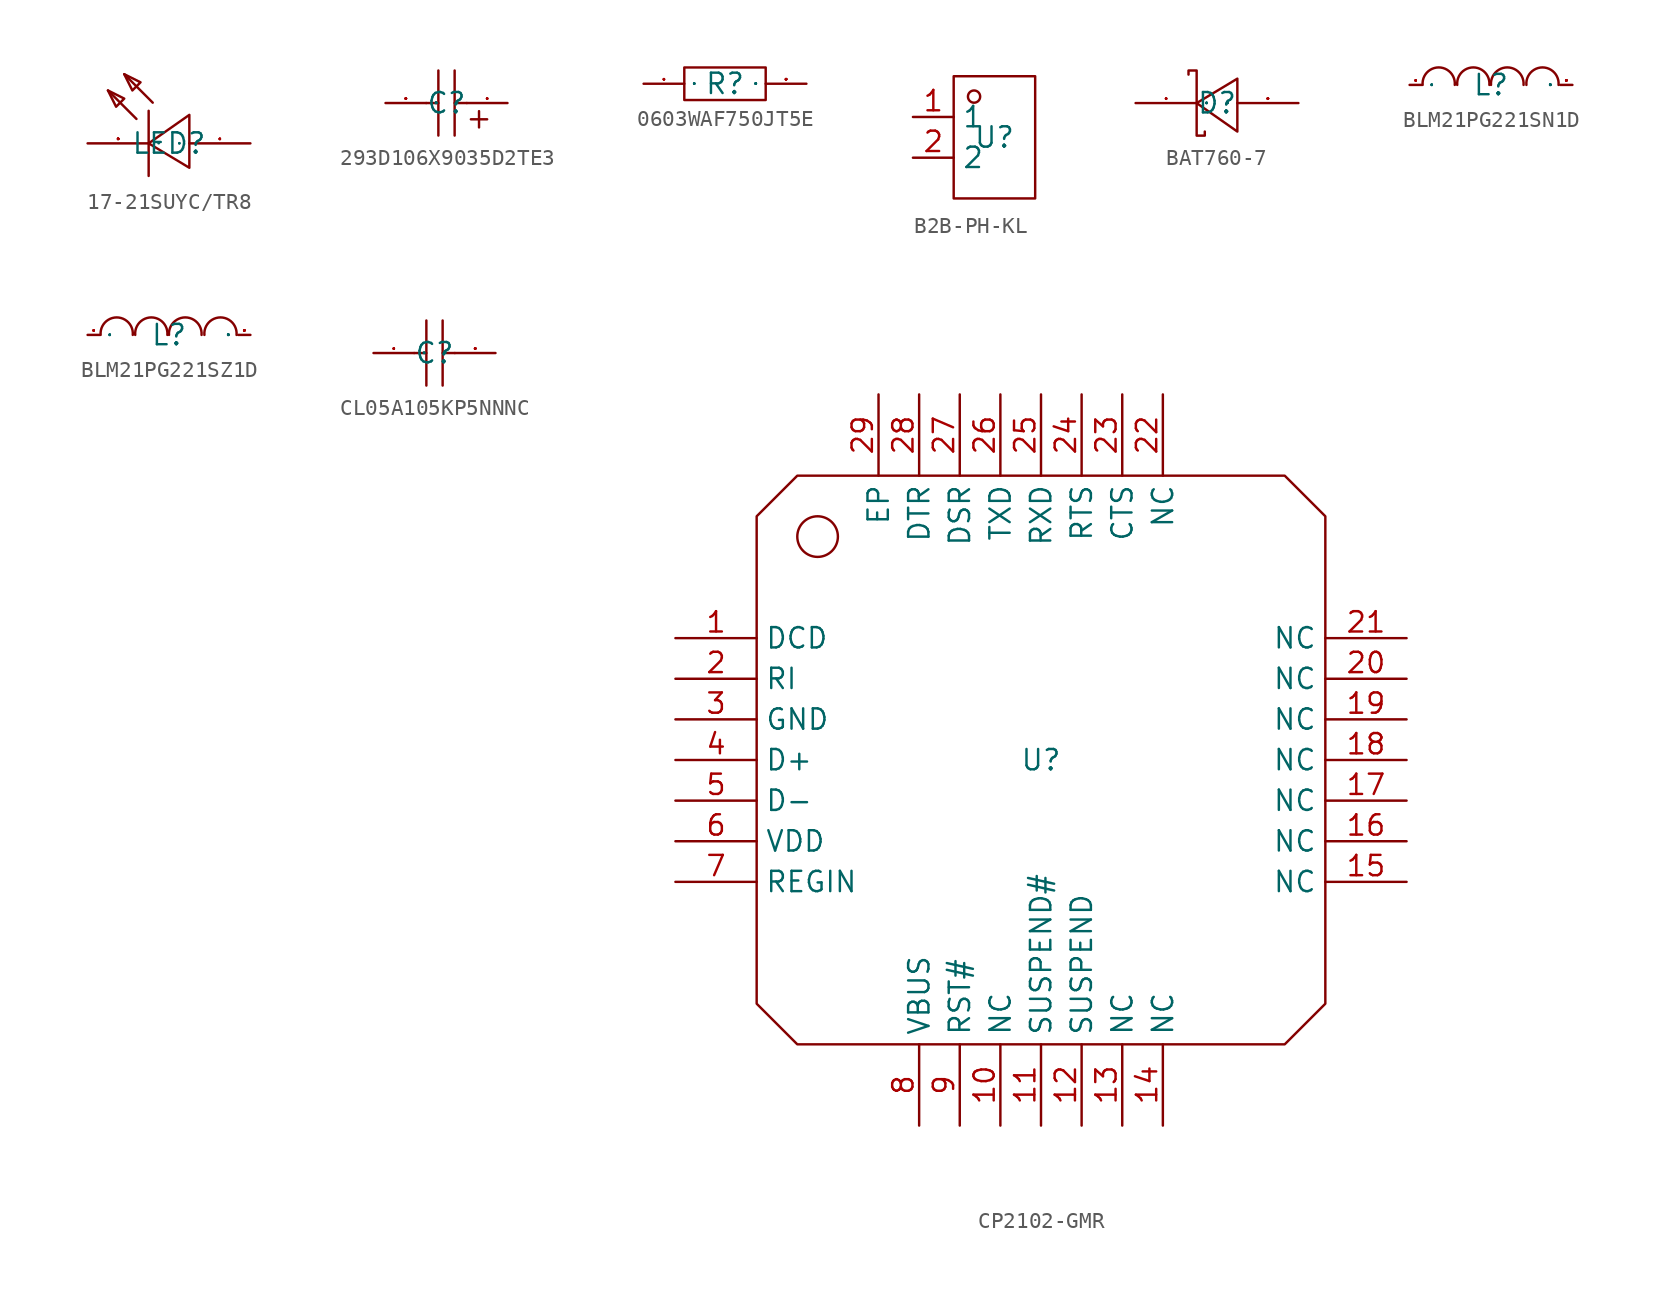
<source format=kicad_sym>
(kicad_symbol_lib
  (version 20231120)
  (generator "kicad_symbol_editor")
  (generator_version "8.0")
  (symbol "17-21SUYC/TR8"
    (property "Reference" "LED"
      (at 0 0 0)
      (effects (font (size 1.27 1.27))))
    (property "Value" ""
      (at 0 0 0)
      (effects (font (size 1.27 1.27))))
    (symbol "17-21SUYC/TR8_1_0"
      (polyline (pts (xy -2.032 1.524) (xy -3.81 3.302)) (stroke (width 0) (type default)) (fill (type none)))
      (polyline (pts (xy -1.27 2.032) (xy -1.27 -2.032)) (stroke (width 0) (type default)) (fill (type none)))
      (polyline (pts (xy -1.016 2.54) (xy -2.794 4.318)) (stroke (width 0) (type default)) (fill (type none)))
      (polyline (pts (xy -3.81 3.302) (xy -2.794 2.794) (xy -2.794 2.794) (xy -3.302 2.286) (xy -3.302 2.286) (xy -3.81 3.302)) (stroke (width 0) (type default)) (fill (type none)))
      (polyline (pts (xy -2.794 4.318) (xy -1.778 3.81) (xy -1.778 3.81) (xy -2.286 3.302) (xy -2.286 3.302) (xy -2.794 4.318)) (stroke (width 0) (type default)) (fill (type none)))
      (polyline (pts (xy 1.27 -1.524) (xy -1.27 0) (xy -1.27 0) (xy 1.27 1.778) (xy 1.27 1.778) (xy 1.27 -1.524)) (stroke (width 0) (type default)) (fill (type none)))
      (pin unspecified line (at 5.08 0 180) (length 3.81) (name "+" (effects (font (size 0.025 0.025)))) (number "1" (effects (font (size 0.025 0.025)))))
      (pin unspecified line (at -5.08 0 0) (length 3.81) (name "-" (effects (font (size 0.025 0.025)))) (number "2" (effects (font (size 0.025 0.025)))))))
  (symbol "293D106X9035D2TE3"
    (property "Reference" "C"
      (at 0 0 0)
      (effects (font (size 1.27 1.27))))
    (symbol "293D106X9035D2TE3_1_0"
      (polyline (pts (xy -0.508 -2.032) (xy -0.508 2.032)) (stroke (width 0) (type default)) (fill (type none)))
      (polyline (pts (xy -0.508 0) (xy -1.27 0)) (stroke (width 0) (type default)) (fill (type none)))
      (polyline (pts (xy 0.508 -2.032) (xy 0.508 2.032)) (stroke (width 0) (type default)) (fill (type none)))
      (polyline (pts (xy 1.27 0) (xy 0.508 0)) (stroke (width 0) (type default)) (fill (type none)))
      (polyline (pts (xy 2.032 -1.524) (xy 2.032 -0.508)) (stroke (width 0) (type default)) (fill (type none)))
      (polyline (pts (xy 2.54 -1.016) (xy 1.524 -1.016)) (stroke (width 0) (type default)) (fill (type none)))
      (pin input line (at 3.81 0 180) (length 2.54) (name "1" (effects (font (size 0.025 0.025)))) (number "1" (effects (font (size 0.025 0.025)))))
      (pin input line (at -3.81 0 0) (length 2.54) (name "2" (effects (font (size 0.025 0.025)))) (number "2" (effects (font (size 0.025 0.025)))))))
  (symbol "0603WAF750JT5E"
    (property "Reference" "R"
      (at 0 0 0)
      (effects (font (size 1.27 1.27))))
    (symbol "0603WAF750JT5E_1_0"
      (rectangle (start -2.54 -1.016) (end 2.54 1.016) (stroke (width 0) (type default)) (fill (type none)))
      (pin input line (at -5.08 0 0) (length 2.54) (name "1" (effects (font (size 0.025 0.025)))) (number "1" (effects (font (size 0.025 0.025)))))
      (pin input line (at 5.08 0 180) (length 2.54) (name "2" (effects (font (size 0.025 0.025)))) (number "2" (effects (font (size 0.025 0.025)))))))
  (symbol "B2B-PH-KL"
    (property "Reference" "U"
      (at 0 0 0)
      (effects (font (size 1.27 1.27))))
    (property "Value" ""
      (at 0 0 0)
      (effects (font (size 1.27 1.27))))
    (symbol "B2B-PH-KL_1_0"
      (rectangle (start -2.54 -3.81) (end 2.54 3.81) (stroke (width 0) (type default)) (fill (type none)))
      (circle (center -1.27 2.54) (radius 0.381) (stroke (width 0) (type default)) (fill (type none)))
      (pin unspecified line (at -5.08 1.27 0) (length 2.54) (name "1" (effects (font (size 1.27 1.27)))) (number "1" (effects (font (size 1.27 1.27)))))
      (pin unspecified line (at -5.08 -1.27 0) (length 2.54) (name "2" (effects (font (size 1.27 1.27)))) (number "2" (effects (font (size 1.27 1.27)))))))
  (symbol "BAT760-7"
    (property "Reference" "D"
      (at 0 0 0)
      (effects (font (size 1.27 1.27))))
    (property "Value" ""
      (at 0 0 0)
      (effects (font (size 1.27 1.27))))
    (symbol "BAT760-7_1_0"
      (polyline (pts (xy 1.27 1.524) (xy -1.27 0) (xy -1.27 0) (xy 1.27 -1.778) (xy 1.27 -1.778) (xy 1.27 1.524)) (stroke (width 0) (type default)) (fill (type none)))
      (polyline (pts (xy -1.778 1.778) (xy -1.778 2.032) (xy -1.778 2.032) (xy -1.27 2.032) (xy -1.27 2.032) (xy -1.27 -2.032) (xy -1.27 -2.032) (xy -0.762 -2.032) (xy -0.762 -2.032) (xy -0.762 -1.778)) (stroke (width 0) (type default)) (fill (type none)))
      (pin input line (at -5.08 0 0) (length 3.81) (name "1" (effects (font (size 0.025 0.025)))) (number "1" (effects (font (size 0.025 0.025)))))
      (pin input line (at 5.08 0 180) (length 3.81) (name "2" (effects (font (size 0.025 0.025)))) (number "2" (effects (font (size 0.025 0.025)))))))
  (symbol "BLM21PG221SN1D"
    (property "Reference" "L"
      (at 0 0 0)
      (effects (font (size 1.27 1.27))))
    (property "Value" ""
      (at 0 0 0)
      (effects (font (size 1.27 1.27))))
    (symbol "BLM21PG221SN1D_1_0"
      (arc (start -2.2606 0) (mid -3.2639 1.0922) (end -4.2672 0) (stroke (width 0) (type default)) (fill (type none)))
      (arc (start -0.1016 0) (mid -1.1049 1.0922) (end -2.1082 0) (stroke (width 0) (type default)) (fill (type none)))
      (arc (start 2.032 0) (mid 1.016 1.0922) (end 0 0) (stroke (width 0) (type default)) (fill (type none)))
      (arc (start 4.2164 0) (mid 3.213 1.0923) (end 2.2098 0) (stroke (width 0) (type default)) (fill (type none)))
      (pin input line (at -5.08 0 0) (length 0.762) (name "1" (effects (font (size 0.025 0.025)))) (number "1" (effects (font (size 0.025 0.025)))))
      (pin input line (at 5.08 0 180) (length 0.762) (name "2" (effects (font (size 0.025 0.025)))) (number "2" (effects (font (size 0.025 0.025)))))))
  (symbol "BLM21PG221SZ1D"
    (property "Reference" "L"
      (at 0 0 0)
      (effects (font (size 1.27 1.27))))
    (property "Value" ""
      (at 0 0 0)
      (effects (font (size 1.27 1.27))))
    (symbol "BLM21PG221SZ1D_1_0"
      (arc (start -2.2606 0) (mid -3.2639 1.0922) (end -4.2672 0) (stroke (width 0) (type default)) (fill (type none)))
      (arc (start -0.1016 0) (mid -1.1049 1.0922) (end -2.1082 0) (stroke (width 0) (type default)) (fill (type none)))
      (arc (start 2.032 0) (mid 1.016 1.0922) (end 0 0) (stroke (width 0) (type default)) (fill (type none)))
      (arc (start 4.2164 0) (mid 3.213 1.0923) (end 2.2098 0) (stroke (width 0) (type default)) (fill (type none)))
      (pin input line (at -5.08 0 0) (length 0.762) (name "1" (effects (font (size 0.025 0.025)))) (number "1" (effects (font (size 0.025 0.025)))))
      (pin input line (at 5.08 0 180) (length 0.762) (name "2" (effects (font (size 0.025 0.025)))) (number "2" (effects (font (size 0.025 0.025)))))))
  (symbol "CL05A105KP5NNNC"
    (property "Reference" "C"
      (at 0 0 0)
      (effects (font (size 1.27 1.27))))
    (symbol "CL05A105KP5NNNC_1_0"
      (polyline (pts (xy -1.27 0) (xy -0.508 0)) (stroke (width 0) (type default)) (fill (type none)))
      (polyline (pts (xy -0.508 2.032) (xy -0.508 -2.032)) (stroke (width 0) (type default)) (fill (type none)))
      (polyline (pts (xy 0.508 0) (xy 1.27 0)) (stroke (width 0) (type default)) (fill (type none)))
      (polyline (pts (xy 0.508 2.032) (xy 0.508 -2.032)) (stroke (width 0) (type default)) (fill (type none)))
      (pin input line (at -3.81 0 0) (length 2.54) (name "1" (effects (font (size 0.025 0.025)))) (number "1" (effects (font (size 0.025 0.025)))))
      (pin input line (at 3.81 0 180) (length 2.54) (name "2" (effects (font (size 0.025 0.025)))) (number "2" (effects (font (size 0.025 0.025)))))))
  (symbol "CP2102-GMR"
    (property "Reference" "U"
      (at 0 0 0)
      (effects (font (size 1.27 1.27))))
    (property "Value" ""
      (at 0 0 0)
      (effects (font (size 1.27 1.27))))
    (symbol "CP2102-GMR_1_0"
      (circle (center -13.97 13.97) (radius 1.27) (stroke (width 0) (type default)) (fill (type none)))
      (polyline (pts (xy -15.24 17.78) (xy 15.24 17.78) (xy 15.24 17.78) (xy 17.78 15.24) (xy 17.78 15.24) (xy 17.78 -15.24) (xy 17.78 -15.24) (xy 15.24 -17.78) (xy 15.24 -17.78) (xy -15.24 -17.78) (xy -15.24 -17.78) (xy -17.78 -15.24) (xy -17.78 -15.24) (xy -17.78 15.24) (xy -17.78 15.24) (xy -15.24 17.78)) (stroke (width 0) (type default)) (fill (type none)))
      (pin input line (at -22.86 7.62 0) (length 5.08) (name "DCD" (effects (font (size 1.27 1.27)))) (number "1" (effects (font (size 1.27 1.27)))))
      (pin input line (at -2.54 -22.86 90) (length 5.08) (name "NC" (effects (font (size 1.27 1.27)))) (number "10" (effects (font (size 1.27 1.27)))))
      (pin input line (at 0 -22.86 90) (length 5.08) (name "SUSPEND#" (effects (font (size 1.27 1.27)))) (number "11" (effects (font (size 1.27 1.27)))))
      (pin input line (at 2.54 -22.86 90) (length 5.08) (name "SUSPEND" (effects (font (size 1.27 1.27)))) (number "12" (effects (font (size 1.27 1.27)))))
      (pin input line (at 5.08 -22.86 90) (length 5.08) (name "NC" (effects (font (size 1.27 1.27)))) (number "13" (effects (font (size 1.27 1.27)))))
      (pin input line (at 7.62 -22.86 90) (length 5.08) (name "NC" (effects (font (size 1.27 1.27)))) (number "14" (effects (font (size 1.27 1.27)))))
      (pin input line (at 22.86 -7.62 180) (length 5.08) (name "NC" (effects (font (size 1.27 1.27)))) (number "15" (effects (font (size 1.27 1.27)))))
      (pin input line (at 22.86 -5.08 180) (length 5.08) (name "NC" (effects (font (size 1.27 1.27)))) (number "16" (effects (font (size 1.27 1.27)))))
      (pin input line (at 22.86 -2.54 180) (length 5.08) (name "NC" (effects (font (size 1.27 1.27)))) (number "17" (effects (font (size 1.27 1.27)))))
      (pin input line (at 22.86 0 180) (length 5.08) (name "NC" (effects (font (size 1.27 1.27)))) (number "18" (effects (font (size 1.27 1.27)))))
      (pin input line (at 22.86 2.54 180) (length 5.08) (name "NC" (effects (font (size 1.27 1.27)))) (number "19" (effects (font (size 1.27 1.27)))))
      (pin input line (at -22.86 5.08 0) (length 5.08) (name "RI" (effects (font (size 1.27 1.27)))) (number "2" (effects (font (size 1.27 1.27)))))
      (pin input line (at 22.86 5.08 180) (length 5.08) (name "NC" (effects (font (size 1.27 1.27)))) (number "20" (effects (font (size 1.27 1.27)))))
      (pin input line (at 22.86 7.62 180) (length 5.08) (name "NC" (effects (font (size 1.27 1.27)))) (number "21" (effects (font (size 1.27 1.27)))))
      (pin input line (at 7.62 22.86 270) (length 5.08) (name "NC" (effects (font (size 1.27 1.27)))) (number "22" (effects (font (size 1.27 1.27)))))
      (pin input line (at 5.08 22.86 270) (length 5.08) (name "CTS" (effects (font (size 1.27 1.27)))) (number "23" (effects (font (size 1.27 1.27)))))
      (pin input line (at 2.54 22.86 270) (length 5.08) (name "RTS" (effects (font (size 1.27 1.27)))) (number "24" (effects (font (size 1.27 1.27)))))
      (pin input line (at 0 22.86 270) (length 5.08) (name "RXD" (effects (font (size 1.27 1.27)))) (number "25" (effects (font (size 1.27 1.27)))))
      (pin input line (at -2.54 22.86 270) (length 5.08) (name "TXD" (effects (font (size 1.27 1.27)))) (number "26" (effects (font (size 1.27 1.27)))))
      (pin input line (at -5.08 22.86 270) (length 5.08) (name "DSR" (effects (font (size 1.27 1.27)))) (number "27" (effects (font (size 1.27 1.27)))))
      (pin input line (at -7.62 22.86 270) (length 5.08) (name "DTR" (effects (font (size 1.27 1.27)))) (number "28" (effects (font (size 1.27 1.27)))))
      (pin input line (at -10.16 22.86 270) (length 5.08) (name "EP" (effects (font (size 1.27 1.27)))) (number "29" (effects (font (size 1.27 1.27)))))
      (pin input line (at -22.86 2.54 0) (length 5.08) (name "GND" (effects (font (size 1.27 1.27)))) (number "3" (effects (font (size 1.27 1.27)))))
      (pin input line (at -22.86 0 0) (length 5.08) (name "D+" (effects (font (size 1.27 1.27)))) (number "4" (effects (font (size 1.27 1.27)))))
      (pin input line (at -22.86 -2.54 0) (length 5.08) (name "D-" (effects (font (size 1.27 1.27)))) (number "5" (effects (font (size 1.27 1.27)))))
      (pin input line (at -22.86 -5.08 0) (length 5.08) (name "VDD" (effects (font (size 1.27 1.27)))) (number "6" (effects (font (size 1.27 1.27)))))
      (pin input line (at -22.86 -7.62 0) (length 5.08) (name "REGIN" (effects (font (size 1.27 1.27)))) (number "7" (effects (font (size 1.27 1.27)))))
      (pin input line (at -7.62 -22.86 90) (length 5.08) (name "VBUS" (effects (font (size 1.27 1.27)))) (number "8" (effects (font (size 1.27 1.27)))))
      (pin input line (at -5.08 -22.86 90) (length 5.08) (name "RST#" (effects (font (size 1.27 1.27)))) (number "9" (effects (font (size 1.27 1.27))))))))
</source>
